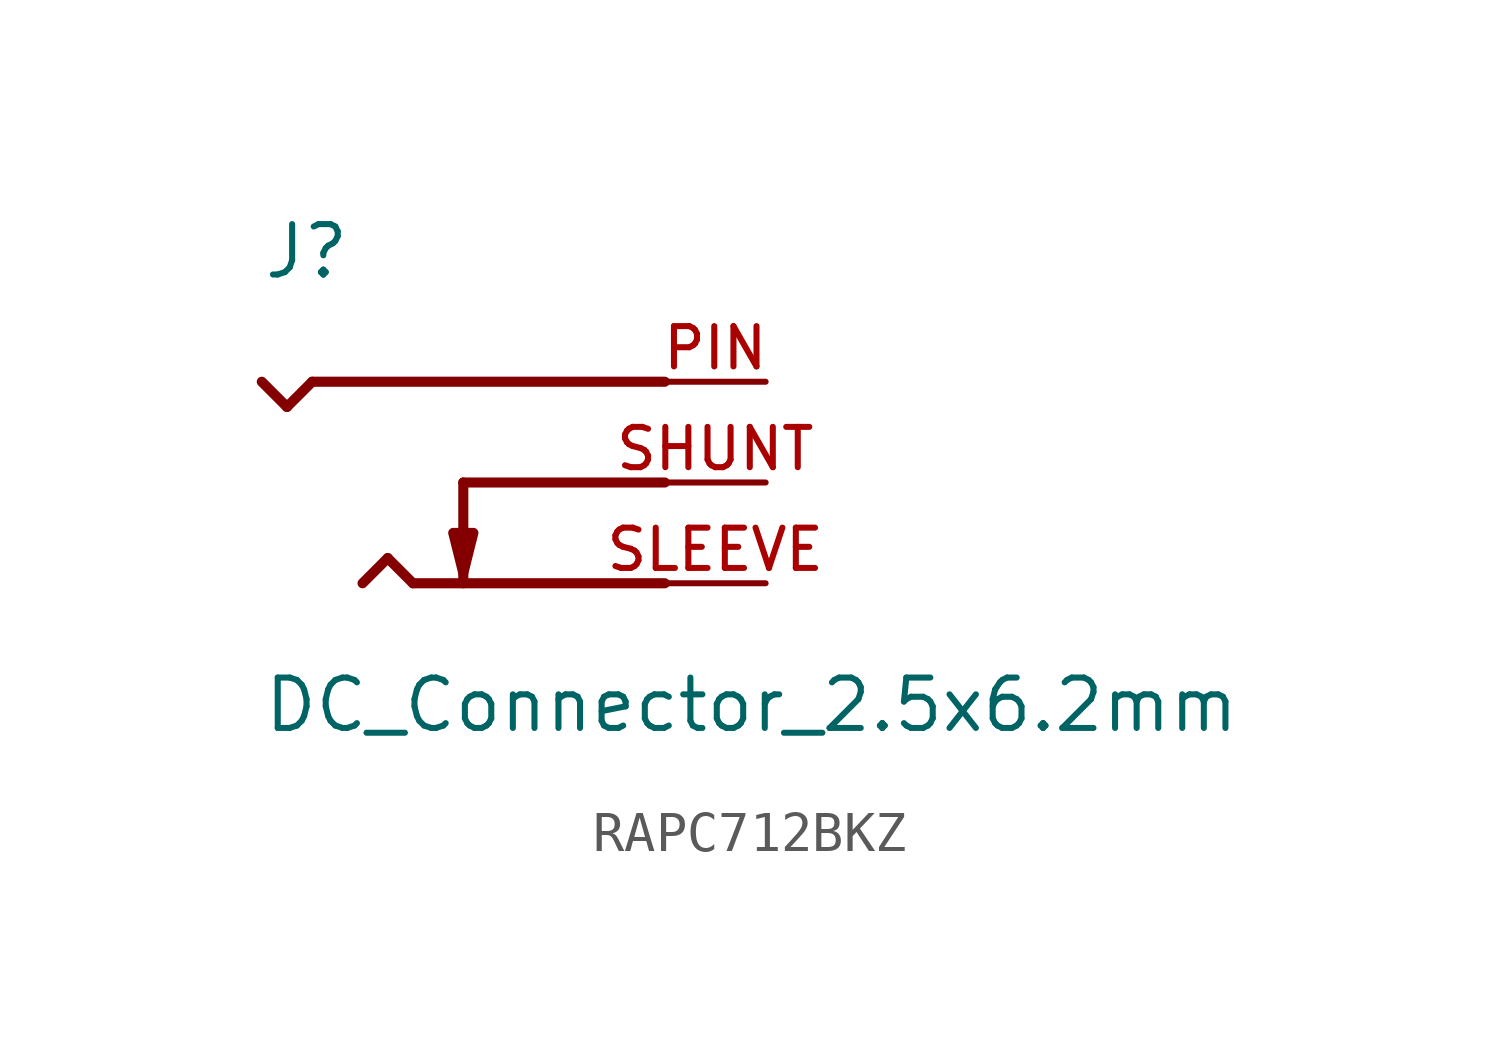
<source format=kicad_sym>
(kicad_symbol_lib
  (version 20211014)
  (generator kicad_symbol_editor)
  (symbol "RAPC712BKZ"
    (pin_names
      (offset 1.016))
    (property "Reference" "J"
      (at -5.08 5.08 0)
      (effects (font (size 1.27 1.27)) (justify bottom left)))
    (property "Value" "DC_Connector_2.5x6.2mm"
      (at -5.08 -6.35 0)
      (effects (font (size 1.27 1.27)) (justify bottom left)))
    (symbol "RAPC712BKZ_0_0"
      (polyline (pts (xy 0.0 -2.286) (xy 0.254 -1.27) (xy -0.254 -1.27) (xy 0.0 -2.286)) (stroke (width 0.254)) (fill (type outline)))
      (polyline (pts (xy 0.0 0.0) (xy 5.08 0.0)) (stroke (width 0.254)))
      (polyline (pts (xy 0.0 0.0) (xy 0.0 -2.54)) (stroke (width 0.254)))
      (polyline (pts (xy 5.08 -2.54) (xy -1.27 -2.54)) (stroke (width 0.254)))
      (polyline (pts (xy -1.27 -2.54) (xy -1.905 -1.905)) (stroke (width 0.254)))
      (polyline (pts (xy -1.905 -1.905) (xy -2.54 -2.54)) (stroke (width 0.254)))
      (polyline (pts (xy 5.08 2.54) (xy -3.81 2.54)) (stroke (width 0.254)))
      (polyline (pts (xy -3.81 2.54) (xy -4.445 1.905)) (stroke (width 0.254)))
      (polyline (pts (xy -4.445 1.905) (xy -5.08 2.54)) (stroke (width 0.254)))
      (pin passive line (at 7.62 -2.54 180.0) (length 2.54) (name "~" (effects (font (size 1.016 1.016)))) (number "SLEEVE" (effects (font (size 1.016 1.016)))))
      (pin passive line (at 7.62 2.54 180.0) (length 2.54) (name "~" (effects (font (size 1.016 1.016)))) (number "PIN" (effects (font (size 1.016 1.016)))))
      (pin passive line (at 7.62 0.0 180.0) (length 2.54) (name "~" (effects (font (size 1.016 1.016)))) (number "SHUNT" (effects (font (size 1.016 1.016))))))))
</source>
